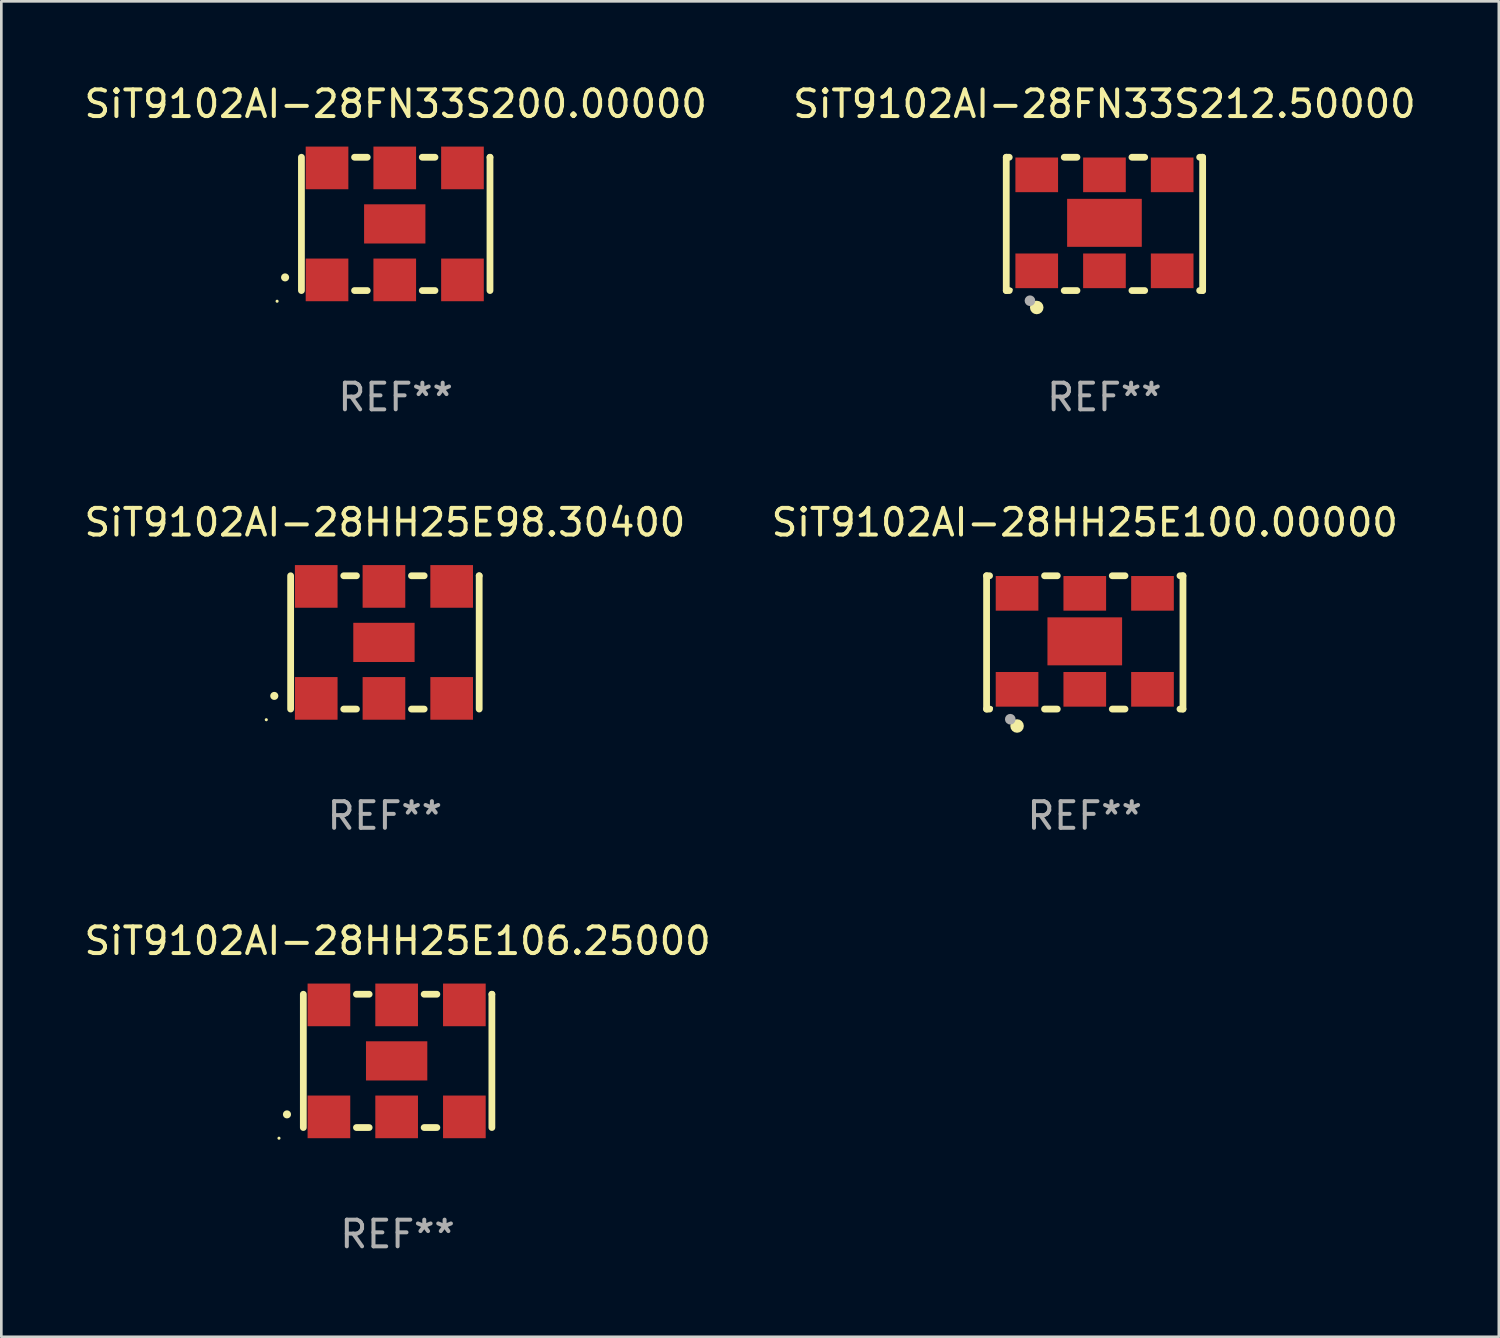
<source format=kicad_pcb>
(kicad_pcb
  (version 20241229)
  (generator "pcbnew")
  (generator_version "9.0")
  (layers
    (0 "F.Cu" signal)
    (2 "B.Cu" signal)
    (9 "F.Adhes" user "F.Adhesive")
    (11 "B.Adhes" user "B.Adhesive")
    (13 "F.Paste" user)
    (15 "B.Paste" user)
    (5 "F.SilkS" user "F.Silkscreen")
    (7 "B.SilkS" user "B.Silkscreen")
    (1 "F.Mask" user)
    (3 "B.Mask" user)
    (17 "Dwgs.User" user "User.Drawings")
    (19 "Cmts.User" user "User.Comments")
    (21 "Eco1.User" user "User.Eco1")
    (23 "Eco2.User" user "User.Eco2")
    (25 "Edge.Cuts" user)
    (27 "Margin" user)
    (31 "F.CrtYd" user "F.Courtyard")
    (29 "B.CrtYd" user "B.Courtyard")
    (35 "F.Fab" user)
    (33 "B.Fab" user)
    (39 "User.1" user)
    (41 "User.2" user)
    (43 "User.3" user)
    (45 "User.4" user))
  (footprint "SiT9102AI-28FN33S212.50000"
    (layer "F.Cu")
    (at 38.375 5.348)
    (property "Reference" "SiT9102AI-28FN33S212.50000" (at 0 -4.5 0) (layer "F.SilkS") (effects (font (size 1 1) (thickness 0.15))))
    (attr through_hole)
    (fp_line (start -3.683 -2.5) (end -3.571 -2.5) (stroke (width 0.254) (type solid)) (layer "F.SilkS"))
    (fp_line (start -3.683 2.5) (end -3.683 -2.5) (stroke (width 0.254) (type solid)) (layer "F.SilkS"))
    (fp_line (start -3.683 2.5) (end -3.571 2.5) (stroke (width 0.254) (type solid)) (layer "F.SilkS"))
    (fp_line (start -1.509 -2.5) (end -1.031 -2.5) (stroke (width 0.254) (type solid)) (layer "F.SilkS"))
    (fp_line (start -1.509 2.5) (end -1.031 2.5) (stroke (width 0.254) (type solid)) (layer "F.SilkS"))
    (fp_line (start 1.031 -2.5) (end 1.509 -2.5) (stroke (width 0.254) (type solid)) (layer "F.SilkS"))
    (fp_line (start 1.031 2.5) (end 1.509 2.5) (stroke (width 0.254) (type solid)) (layer "F.SilkS"))
    (fp_line (start 3.571 -2.5) (end 3.683 -2.5) (stroke (width 0.254) (type solid)) (layer "F.SilkS"))
    (fp_line (start 3.571 2.5) (end 3.683 2.5) (stroke (width 0.254) (type solid)) (layer "F.SilkS"))
    (fp_line (start 3.683 2.5) (end 3.683 -2.5) (stroke (width 0.254) (type solid)) (layer "F.SilkS"))
    (fp_circle (center -3.5 2.46) (end -3.47 2.46) (stroke (width 0.06) (type solid)) (fill no) (layer "F.SilkS"))
    (fp_circle (center -2.54 3.135) (end -2.413 3.135) (stroke (width 0.254) (type solid)) (fill no) (layer "F.SilkS"))
    (fp_circle (center -2.794 2.881) (end -2.694 2.881) (stroke (width 0.2) (type solid)) (fill no) (layer "F.Fab"))
    (fp_text user "REF**" (at 0 6.5 0) (layer "F.Fab") (effects (font (size 1 1) (thickness 0.15))))
    (pad "1" smd rect (at -2.54 1.76) (size 1.6 1.3) (layers "F.Cu" "F.Mask" "F.Paste"))
    (pad "2" smd rect (at 0 1.76) (size 1.6 1.3) (layers "F.Cu" "F.Mask" "F.Paste"))
    (pad "3" smd rect (at 2.54 1.76) (size 1.6 1.3) (layers "F.Cu" "F.Mask" "F.Paste"))
    (pad "4" smd rect (at 2.54 -1.84) (size 1.6 1.3) (layers "F.Cu" "F.Mask" "F.Paste"))
    (pad "5" smd rect (at 0 -1.84) (size 1.6 1.3) (layers "F.Cu" "F.Mask" "F.Paste"))
    (pad "6" smd rect (at -2.54 -1.84) (size 1.6 1.3) (layers "F.Cu" "F.Mask" "F.Paste"))
    (pad "7" smd rect (at 0 -0.04) (size 2.8 1.8) (layers "F.Cu" "F.Mask" "F.Paste")))
  (footprint "SiT9102AI-28FN33S200.00000"
    (layer "F.Cu")
    (at 11.792 5.348)
    (property "Reference" "SiT9102AI-28FN33S200.00000" (at 0 -4.5 0) (layer "F.SilkS") (effects (font (size 1 1) (thickness 0.15))))
    (attr through_hole)
    (fp_line (start -3.536 -2.5) (end -3.536 2.5) (stroke (width 0.254) (type solid)) (layer "F.SilkS"))
    (fp_line (start -1.544 2.5) (end -1.067 2.5) (stroke (width 0.254) (type solid)) (layer "F.SilkS"))
    (fp_line (start -1.067 -2.5) (end -1.544 -2.5) (stroke (width 0.254) (type solid)) (layer "F.SilkS"))
    (fp_line (start 0.996 2.5) (end 1.473 2.5) (stroke (width 0.254) (type solid)) (layer "F.SilkS"))
    (fp_line (start 1.473 -2.5) (end 0.996 -2.5) (stroke (width 0.254) (type solid)) (layer "F.SilkS"))
    (fp_line (start 3.536 -2.5) (end 3.536 -2.5) (stroke (width 0.254) (type solid)) (layer "F.SilkS"))
    (fp_line (start 3.536 2.5) (end 3.536 -2.5) (stroke (width 0.254) (type solid)) (layer "F.SilkS"))
    (fp_arc (start -4.150432 2.006604) (mid -4.149162 2.006599) (end -4.147892 2.006604) (stroke (width 0.3) (type solid)) (layer "F.SilkS"))
    (fp_circle (center -4.449 2.9) (end -4.419 2.9) (stroke (width 0.06) (type solid)) (fill no) (layer "F.SilkS"))
    (fp_text user "REF**" (at 0 6.5 0) (layer "F.Fab") (effects (font (size 1 1) (thickness 0.15))))
    (pad "1" smd rect (at -2.576 2.1) (size 1.6 1.6) (layers "F.Cu" "F.Mask" "F.Paste"))
    (pad "2" smd rect (at -0.036 2.1) (size 1.6 1.6) (layers "F.Cu" "F.Mask" "F.Paste"))
    (pad "3" smd rect (at 2.504 2.1) (size 1.6 1.6) (layers "F.Cu" "F.Mask" "F.Paste"))
    (pad "4" smd rect (at 2.504 -2.1) (size 1.6 1.6) (layers "F.Cu" "F.Mask" "F.Paste"))
    (pad "5" smd rect (at -0.036 -2.1) (size 1.6 1.6) (layers "F.Cu" "F.Mask" "F.Paste"))
    (pad "6" smd rect (at -2.576 -2.1) (size 1.6 1.6) (layers "F.Cu" "F.Mask" "F.Paste"))
    (pad "7" smd rect (at -0.036 0) (size 2.3 1.47) (layers "F.Cu" "F.Mask" "F.Paste")))
  (footprint "SiT9102AI-28HH25E106.25000"
    (layer "F.Cu")
    (at 11.863 36.741)
    (property "Reference" "SiT9102AI-28HH25E106.25000" (at 0 -4.5 0) (layer "F.SilkS") (effects (font (size 1 1) (thickness 0.15))))
    (attr through_hole)
    (fp_line (start -3.536 -2.5) (end -3.536 2.5) (stroke (width 0.254) (type solid)) (layer "F.SilkS"))
    (fp_line (start -1.544 2.5) (end -1.067 2.5) (stroke (width 0.254) (type solid)) (layer "F.SilkS"))
    (fp_line (start -1.067 -2.5) (end -1.544 -2.5) (stroke (width 0.254) (type solid)) (layer "F.SilkS"))
    (fp_line (start 0.996 2.5) (end 1.473 2.5) (stroke (width 0.254) (type solid)) (layer "F.SilkS"))
    (fp_line (start 1.473 -2.5) (end 0.996 -2.5) (stroke (width 0.254) (type solid)) (layer "F.SilkS"))
    (fp_line (start 3.536 -2.5) (end 3.536 -2.5) (stroke (width 0.254) (type solid)) (layer "F.SilkS"))
    (fp_line (start 3.536 2.5) (end 3.536 -2.5) (stroke (width 0.254) (type solid)) (layer "F.SilkS"))
    (fp_arc (start -4.150432 2.006604) (mid -4.149162 2.006599) (end -4.147892 2.006604) (stroke (width 0.3) (type solid)) (layer "F.SilkS"))
    (fp_circle (center -4.449 2.9) (end -4.419 2.9) (stroke (width 0.06) (type solid)) (fill no) (layer "F.SilkS"))
    (fp_text user "REF**" (at 0 6.5 0) (layer "F.Fab") (effects (font (size 1 1) (thickness 0.15))))
    (pad "1" smd rect (at -2.576 2.1) (size 1.6 1.6) (layers "F.Cu" "F.Mask" "F.Paste"))
    (pad "2" smd rect (at -0.036 2.1) (size 1.6 1.6) (layers "F.Cu" "F.Mask" "F.Paste"))
    (pad "3" smd rect (at 2.504 2.1) (size 1.6 1.6) (layers "F.Cu" "F.Mask" "F.Paste"))
    (pad "4" smd rect (at 2.504 -2.1) (size 1.6 1.6) (layers "F.Cu" "F.Mask" "F.Paste"))
    (pad "5" smd rect (at -0.036 -2.1) (size 1.6 1.6) (layers "F.Cu" "F.Mask" "F.Paste"))
    (pad "6" smd rect (at -2.576 -2.1) (size 1.6 1.6) (layers "F.Cu" "F.Mask" "F.Paste"))
    (pad "7" smd rect (at -0.036 0) (size 2.3 1.47) (layers "F.Cu" "F.Mask" "F.Paste")))
  (footprint "SiT9102AI-28HH25E100.00000"
    (layer "F.Cu")
    (at 37.637 21.045)
    (property "Reference" "SiT9102AI-28HH25E100.00000" (at 0 -4.5 0) (layer "F.SilkS") (effects (font (size 1 1) (thickness 0.15))))
    (attr through_hole)
    (fp_line (start -3.683 -2.5) (end -3.571 -2.5) (stroke (width 0.254) (type solid)) (layer "F.SilkS"))
    (fp_line (start -3.683 2.5) (end -3.683 -2.5) (stroke (width 0.254) (type solid)) (layer "F.SilkS"))
    (fp_line (start -3.683 2.5) (end -3.571 2.5) (stroke (width 0.254) (type solid)) (layer "F.SilkS"))
    (fp_line (start -1.509 -2.5) (end -1.031 -2.5) (stroke (width 0.254) (type solid)) (layer "F.SilkS"))
    (fp_line (start -1.509 2.5) (end -1.031 2.5) (stroke (width 0.254) (type solid)) (layer "F.SilkS"))
    (fp_line (start 1.031 -2.5) (end 1.509 -2.5) (stroke (width 0.254) (type solid)) (layer "F.SilkS"))
    (fp_line (start 1.031 2.5) (end 1.509 2.5) (stroke (width 0.254) (type solid)) (layer "F.SilkS"))
    (fp_line (start 3.571 -2.5) (end 3.683 -2.5) (stroke (width 0.254) (type solid)) (layer "F.SilkS"))
    (fp_line (start 3.571 2.5) (end 3.683 2.5) (stroke (width 0.254) (type solid)) (layer "F.SilkS"))
    (fp_line (start 3.683 2.5) (end 3.683 -2.5) (stroke (width 0.254) (type solid)) (layer "F.SilkS"))
    (fp_circle (center -3.5 2.46) (end -3.47 2.46) (stroke (width 0.06) (type solid)) (fill no) (layer "F.SilkS"))
    (fp_circle (center -2.54 3.135) (end -2.413 3.135) (stroke (width 0.254) (type solid)) (fill no) (layer "F.SilkS"))
    (fp_circle (center -2.794 2.881) (end -2.694 2.881) (stroke (width 0.2) (type solid)) (fill no) (layer "F.Fab"))
    (fp_text user "REF**" (at 0 6.5 0) (layer "F.Fab") (effects (font (size 1 1) (thickness 0.15))))
    (pad "1" smd rect (at -2.54 1.76) (size 1.6 1.3) (layers "F.Cu" "F.Mask" "F.Paste"))
    (pad "2" smd rect (at 0 1.76) (size 1.6 1.3) (layers "F.Cu" "F.Mask" "F.Paste"))
    (pad "3" smd rect (at 2.54 1.76) (size 1.6 1.3) (layers "F.Cu" "F.Mask" "F.Paste"))
    (pad "4" smd rect (at 2.54 -1.84) (size 1.6 1.3) (layers "F.Cu" "F.Mask" "F.Paste"))
    (pad "5" smd rect (at 0 -1.84) (size 1.6 1.3) (layers "F.Cu" "F.Mask" "F.Paste"))
    (pad "6" smd rect (at -2.54 -1.84) (size 1.6 1.3) (layers "F.Cu" "F.Mask" "F.Paste"))
    (pad "7" smd rect (at 0 -0.04) (size 2.8 1.8) (layers "F.Cu" "F.Mask" "F.Paste")))
  (footprint "SiT9102AI-28HH25E98.30400"
    (layer "F.Cu")
    (at 11.387 21.045)
    (property "Reference" "SiT9102AI-28HH25E98.30400" (at 0 -4.5 0) (layer "F.SilkS") (effects (font (size 1 1) (thickness 0.15))))
    (attr through_hole)
    (fp_line (start -3.536 -2.5) (end -3.536 2.5) (stroke (width 0.254) (type solid)) (layer "F.SilkS"))
    (fp_line (start -1.544 2.5) (end -1.067 2.5) (stroke (width 0.254) (type solid)) (layer "F.SilkS"))
    (fp_line (start -1.067 -2.5) (end -1.544 -2.5) (stroke (width 0.254) (type solid)) (layer "F.SilkS"))
    (fp_line (start 0.996 2.5) (end 1.473 2.5) (stroke (width 0.254) (type solid)) (layer "F.SilkS"))
    (fp_line (start 1.473 -2.5) (end 0.996 -2.5) (stroke (width 0.254) (type solid)) (layer "F.SilkS"))
    (fp_line (start 3.536 -2.5) (end 3.536 -2.5) (stroke (width 0.254) (type solid)) (layer "F.SilkS"))
    (fp_line (start 3.536 2.5) (end 3.536 -2.5) (stroke (width 0.254) (type solid)) (layer "F.SilkS"))
    (fp_arc (start -4.150432 2.006604) (mid -4.149162 2.006599) (end -4.147892 2.006604) (stroke (width 0.3) (type solid)) (layer "F.SilkS"))
    (fp_circle (center -4.449 2.9) (end -4.419 2.9) (stroke (width 0.06) (type solid)) (fill no) (layer "F.SilkS"))
    (fp_text user "REF**" (at 0 6.5 0) (layer "F.Fab") (effects (font (size 1 1) (thickness 0.15))))
    (pad "1" smd rect (at -2.576 2.1) (size 1.6 1.6) (layers "F.Cu" "F.Mask" "F.Paste"))
    (pad "2" smd rect (at -0.036 2.1) (size 1.6 1.6) (layers "F.Cu" "F.Mask" "F.Paste"))
    (pad "3" smd rect (at 2.504 2.1) (size 1.6 1.6) (layers "F.Cu" "F.Mask" "F.Paste"))
    (pad "4" smd rect (at 2.504 -2.1) (size 1.6 1.6) (layers "F.Cu" "F.Mask" "F.Paste"))
    (pad "5" smd rect (at -0.036 -2.1) (size 1.6 1.6) (layers "F.Cu" "F.Mask" "F.Paste"))
    (pad "6" smd rect (at -2.576 -2.1) (size 1.6 1.6) (layers "F.Cu" "F.Mask" "F.Paste"))
    (pad "7" smd rect (at -0.036 0) (size 2.3 1.47) (layers "F.Cu" "F.Mask" "F.Paste")))
  (gr_rect
    (start -3 -3)
    (end 53.167 47.09)
    (stroke (width 0.1) (type default))
    (fill no)
    (layer "Edge.Cuts")))
</source>
